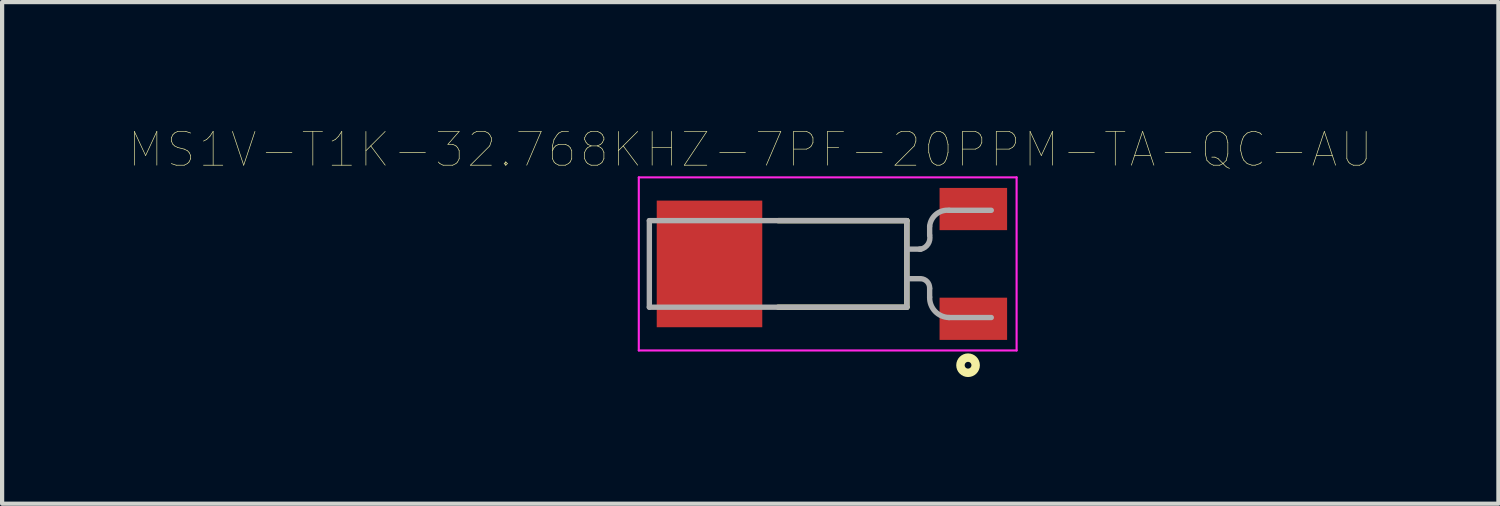
<source format=kicad_pcb>
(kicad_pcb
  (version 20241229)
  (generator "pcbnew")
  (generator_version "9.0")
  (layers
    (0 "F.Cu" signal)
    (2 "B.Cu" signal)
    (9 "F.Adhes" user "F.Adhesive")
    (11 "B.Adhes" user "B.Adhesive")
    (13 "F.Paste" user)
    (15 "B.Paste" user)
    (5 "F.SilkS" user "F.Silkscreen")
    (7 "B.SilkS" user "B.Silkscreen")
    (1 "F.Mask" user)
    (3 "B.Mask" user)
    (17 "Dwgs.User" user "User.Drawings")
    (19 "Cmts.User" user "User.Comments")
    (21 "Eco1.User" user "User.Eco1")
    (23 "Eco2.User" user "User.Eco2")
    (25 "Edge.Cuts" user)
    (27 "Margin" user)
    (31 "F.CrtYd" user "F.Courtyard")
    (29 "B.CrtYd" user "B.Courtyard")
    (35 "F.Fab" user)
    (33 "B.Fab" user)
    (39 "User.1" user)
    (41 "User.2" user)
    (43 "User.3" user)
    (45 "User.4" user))
  (footprint "MS1V-T1K-32.768KHZ-7PF-20PPM-TA-QC-AU"
    (layer "F.Cu")
    (at 16.883 3.202)
    (property "Reference" "MS1V-T1K-32.768KHZ-7PF-20PPM-TA-QC-AU" (at -2.16 -2.708 0) (layer "F.SilkS") (effects (font (size 0.8 0.8) (thickness 0.015))))
    (attr through_hole)
    (fp_line (start -1.5 -1.025) (end 1.55 -1.025) (stroke (width 0.127) (type solid)) (layer "F.SilkS"))
    (fp_line (start 1.55 -1.025) (end 1.55 1.025) (stroke (width 0.127) (type solid)) (layer "F.SilkS"))
    (fp_line (start 1.55 1.025) (end -1.5 1.025) (stroke (width 0.127) (type solid)) (layer "F.SilkS"))
    (fp_circle (center 3 2.4) (end 3.18 2.4) (stroke (width 0.2) (type solid)) (fill no) (layer "F.SilkS"))
    (fp_line (start -4.8 -2.05) (end 4.15 -2.05) (stroke (width 0.05) (type solid)) (layer "F.CrtYd"))
    (fp_line (start -4.8 2.05) (end -4.8 -2.05) (stroke (width 0.05) (type solid)) (layer "F.CrtYd"))
    (fp_line (start 4.15 -2.05) (end 4.15 2.05) (stroke (width 0.05) (type solid)) (layer "F.CrtYd"))
    (fp_line (start 4.15 2.05) (end -4.8 2.05) (stroke (width 0.05) (type solid)) (layer "F.CrtYd"))
    (fp_line (start -4.55 -1.025) (end 1.55 -1.025) (stroke (width 0.127) (type solid)) (layer "F.Fab"))
    (fp_line (start -4.55 1.025) (end -4.55 -1.025) (stroke (width 0.127) (type solid)) (layer "F.Fab"))
    (fp_line (start 1.55 -1.025) (end 1.55 -0.35) (stroke (width 0.127) (type solid)) (layer "F.Fab"))
    (fp_line (start 1.55 -0.35) (end 1.55 0.35) (stroke (width 0.127) (type solid)) (layer "F.Fab"))
    (fp_line (start 1.55 -0.35) (end 1.85 -0.35) (stroke (width 0.127) (type solid)) (layer "F.Fab"))
    (fp_line (start 1.55 0.35) (end 1.55 1.025) (stroke (width 0.127) (type solid)) (layer "F.Fab"))
    (fp_line (start 1.55 0.35) (end 1.85 0.35) (stroke (width 0.127) (type solid)) (layer "F.Fab"))
    (fp_line (start 1.55 1.025) (end -4.55 1.025) (stroke (width 0.127) (type solid)) (layer "F.Fab"))
    (fp_line (start 1.85 -0.35) (end 1.88 -0.35) (stroke (width 0.127) (type solid)) (layer "F.Fab"))
    (fp_line (start 2.09 -0.68) (end 2.09 -0.89) (stroke (width 0.127) (type solid)) (layer "F.Fab"))
    (fp_line (start 2.09 0.58) (end 2.09 0.79) (stroke (width 0.127) (type solid)) (layer "F.Fab"))
    (fp_line (start 2.55 -1.27) (end 3.55 -1.27) (stroke (width 0.127) (type solid)) (layer "F.Fab"))
    (fp_line (start 2.55 1.27) (end 3.55 1.27) (stroke (width 0.127) (type solid)) (layer "F.Fab"))
    (fp_arc (start 1.88 0.35) (mid 2.032635 0.421508) (end 2.09 0.58) (stroke (width 0.127) (type solid)) (layer "F.Fab"))
    (fp_arc (start 2.09 -0.89) (mid 2.241299 -1.175269) (end 2.55 -1.27) (stroke (width 0.127) (type solid)) (layer "F.Fab"))
    (fp_arc (start 2.09 -0.68) (mid 2.053345 -0.471508) (end 1.88 -0.35) (stroke (width 0.127) (type solid)) (layer "F.Fab"))
    (fp_arc (start 2.55 1.27) (mid 2.220589 1.125269) (end 2.09 0.79) (stroke (width 0.127) (type solid)) (layer "F.Fab"))
    (pad "1" smd rect (at 3.125 1.3) (size 1.6 1) (layers "F.Cu" "F.Mask" "F.Paste"))
    (pad "2" smd rect (at 3.125 -1.3) (size 1.6 1) (layers "F.Cu" "F.Mask" "F.Paste"))
    (pad "3" smd rect (at -3.125 0) (size 2.5 3) (layers "F.Cu" "F.Mask" "F.Paste")))
  (gr_rect
    (start -3 -3)
    (end 32.447 8.882)
    (stroke (width 0.1) (type default))
    (fill no)
    (layer "Edge.Cuts")))
</source>
